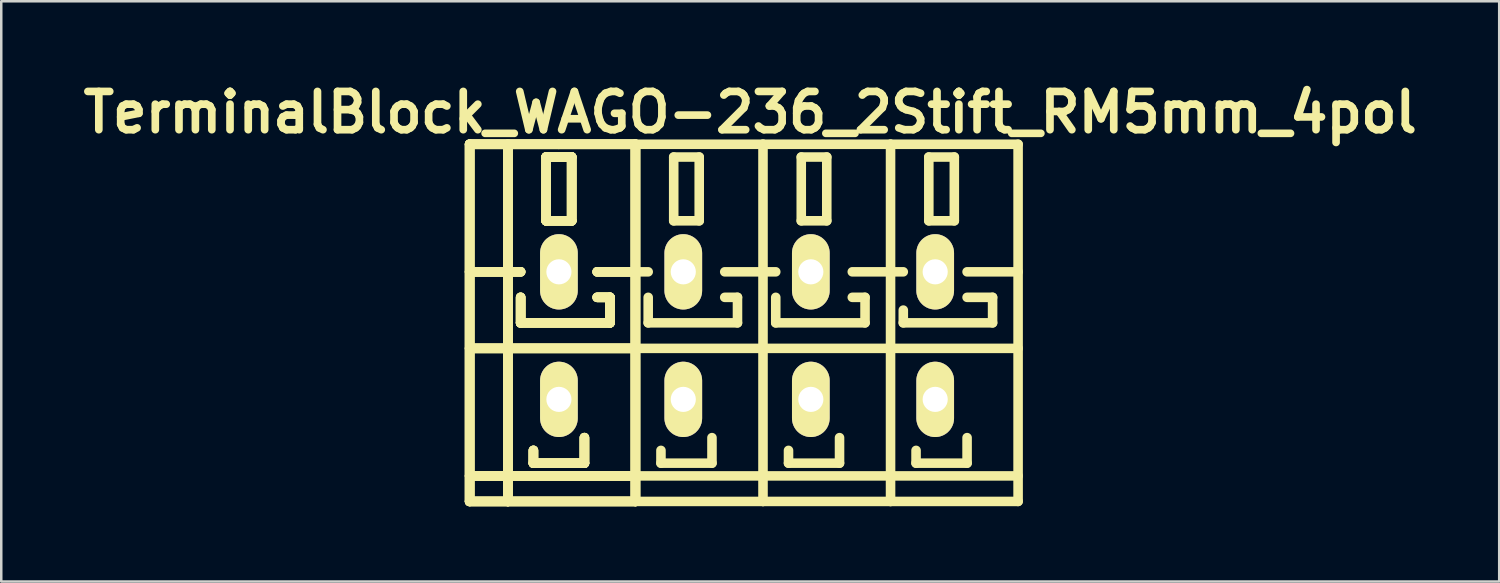
<source format=kicad_pcb>
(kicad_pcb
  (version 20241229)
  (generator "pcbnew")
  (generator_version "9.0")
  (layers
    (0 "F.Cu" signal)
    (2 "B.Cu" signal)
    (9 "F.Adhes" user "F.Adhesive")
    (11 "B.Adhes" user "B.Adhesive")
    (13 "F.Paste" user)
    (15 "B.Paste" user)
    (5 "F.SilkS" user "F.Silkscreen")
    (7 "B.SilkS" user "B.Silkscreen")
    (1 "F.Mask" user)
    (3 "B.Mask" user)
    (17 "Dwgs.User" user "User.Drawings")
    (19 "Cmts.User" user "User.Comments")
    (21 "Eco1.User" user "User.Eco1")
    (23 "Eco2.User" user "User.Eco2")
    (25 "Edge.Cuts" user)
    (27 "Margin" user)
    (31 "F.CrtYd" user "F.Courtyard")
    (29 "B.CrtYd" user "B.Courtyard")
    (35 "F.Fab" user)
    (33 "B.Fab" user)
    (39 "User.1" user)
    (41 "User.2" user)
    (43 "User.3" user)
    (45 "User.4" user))
  (footprint "TerminalBlock_WAGO-236_2Stift_RM5mm_4pol"
    (layer "F.Cu")
    (at 26.83 10.316)
    (property "Reference" "TerminalBlock_WAGO-236_2Stift_RM5mm_4pol" (at 0 -8.89 0) (layer "F.SilkS") (effects (font (size 1.524 1.524) (thickness 0.305))))
    (attr through_hole)
    (fp_line (start -11.176 -7.62) (end -9.652 -7.62) (stroke (width 0.381) (type solid)) (layer "F.SilkS"))
    (fp_line (start -11.176 -7.62) (end -9.652 -7.62) (stroke (width 0.381) (type solid)) (layer "F.SilkS"))
    (fp_line (start -11.176 -7.62) (end -9.652 -7.62) (stroke (width 0.381) (type solid)) (layer "F.SilkS"))
    (fp_line (start -11.176 -7.62) (end -9.652 -7.62) (stroke (width 0.381) (type solid)) (layer "F.SilkS"))
    (fp_line (start -11.176 -2.54) (end -9.144 -2.54) (stroke (width 0.381) (type solid)) (layer "F.SilkS"))
    (fp_line (start -11.176 -2.54) (end -9.144 -2.54) (stroke (width 0.381) (type solid)) (layer "F.SilkS"))
    (fp_line (start -11.176 -2.54) (end -9.144 -2.54) (stroke (width 0.381) (type solid)) (layer "F.SilkS"))
    (fp_line (start -11.176 -2.54) (end -9.144 -2.54) (stroke (width 0.381) (type solid)) (layer "F.SilkS"))
    (fp_line (start -11.176 0.508) (end -4.572 0.508) (stroke (width 0.381) (type solid)) (layer "F.SilkS"))
    (fp_line (start -11.176 0.508) (end -4.572 0.508) (stroke (width 0.381) (type solid)) (layer "F.SilkS"))
    (fp_line (start -11.176 0.508) (end -4.572 0.508) (stroke (width 0.381) (type solid)) (layer "F.SilkS"))
    (fp_line (start -11.176 0.508) (end -4.572 0.508) (stroke (width 0.381) (type solid)) (layer "F.SilkS"))
    (fp_line (start -11.176 5.588) (end -4.572 5.588) (stroke (width 0.381) (type solid)) (layer "F.SilkS"))
    (fp_line (start -11.176 5.588) (end -4.572 5.588) (stroke (width 0.381) (type solid)) (layer "F.SilkS"))
    (fp_line (start -11.176 5.588) (end -4.572 5.588) (stroke (width 0.381) (type solid)) (layer "F.SilkS"))
    (fp_line (start -11.176 5.588) (end -4.572 5.588) (stroke (width 0.381) (type solid)) (layer "F.SilkS"))
    (fp_line (start -11.176 6.604) (end -11.176 -7.62) (stroke (width 0.381) (type solid)) (layer "F.SilkS"))
    (fp_line (start -11.176 6.604) (end -11.176 -7.62) (stroke (width 0.381) (type solid)) (layer "F.SilkS"))
    (fp_line (start -11.176 6.604) (end -11.176 -7.62) (stroke (width 0.381) (type solid)) (layer "F.SilkS"))
    (fp_line (start -11.176 6.604) (end -11.176 -7.62) (stroke (width 0.381) (type solid)) (layer "F.SilkS"))
    (fp_line (start -9.652 -7.62) (end -7.62 -7.62) (stroke (width 0.381) (type solid)) (layer "F.SilkS"))
    (fp_line (start -9.652 -7.62) (end -7.62 -7.62) (stroke (width 0.381) (type solid)) (layer "F.SilkS"))
    (fp_line (start -9.652 -7.62) (end -7.62 -7.62) (stroke (width 0.381) (type solid)) (layer "F.SilkS"))
    (fp_line (start -9.652 -7.62) (end -7.62 -7.62) (stroke (width 0.381) (type solid)) (layer "F.SilkS"))
    (fp_line (start -9.652 6.604) (end -11.176 6.604) (stroke (width 0.381) (type solid)) (layer "F.SilkS"))
    (fp_line (start -9.652 6.604) (end -11.176 6.604) (stroke (width 0.381) (type solid)) (layer "F.SilkS"))
    (fp_line (start -9.652 6.604) (end -11.176 6.604) (stroke (width 0.381) (type solid)) (layer "F.SilkS"))
    (fp_line (start -9.652 6.604) (end -11.176 6.604) (stroke (width 0.381) (type solid)) (layer "F.SilkS"))
    (fp_line (start -9.652 6.604) (end -9.652 -7.62) (stroke (width 0.381) (type solid)) (layer "F.SilkS"))
    (fp_line (start -9.652 6.604) (end -9.652 -7.62) (stroke (width 0.381) (type solid)) (layer "F.SilkS"))
    (fp_line (start -9.652 6.604) (end -9.652 -7.62) (stroke (width 0.381) (type solid)) (layer "F.SilkS"))
    (fp_line (start -9.652 6.604) (end -9.652 -7.62) (stroke (width 0.381) (type solid)) (layer "F.SilkS"))
    (fp_line (start -9.144 -1.524) (end -9.144 -0.508) (stroke (width 0.381) (type solid)) (layer "F.SilkS"))
    (fp_line (start -9.144 -1.524) (end -9.144 -0.508) (stroke (width 0.381) (type solid)) (layer "F.SilkS"))
    (fp_line (start -9.144 -1.524) (end -9.144 -0.508) (stroke (width 0.381) (type solid)) (layer "F.SilkS"))
    (fp_line (start -9.144 -1.524) (end -9.144 -0.508) (stroke (width 0.381) (type solid)) (layer "F.SilkS"))
    (fp_line (start -9.144 -0.508) (end -5.588 -0.508) (stroke (width 0.381) (type solid)) (layer "F.SilkS"))
    (fp_line (start -9.144 -0.508) (end -5.588 -0.508) (stroke (width 0.381) (type solid)) (layer "F.SilkS"))
    (fp_line (start -9.144 -0.508) (end -5.588 -0.508) (stroke (width 0.381) (type solid)) (layer "F.SilkS"))
    (fp_line (start -9.144 -0.508) (end -5.588 -0.508) (stroke (width 0.381) (type solid)) (layer "F.SilkS"))
    (fp_line (start -8.636 4.572) (end -8.636 5.08) (stroke (width 0.381) (type solid)) (layer "F.SilkS"))
    (fp_line (start -8.636 4.572) (end -8.636 5.08) (stroke (width 0.381) (type solid)) (layer "F.SilkS"))
    (fp_line (start -8.636 4.572) (end -8.636 5.08) (stroke (width 0.381) (type solid)) (layer "F.SilkS"))
    (fp_line (start -8.636 4.572) (end -8.636 5.08) (stroke (width 0.381) (type solid)) (layer "F.SilkS"))
    (fp_line (start -8.636 5.08) (end -6.604 5.08) (stroke (width 0.381) (type solid)) (layer "F.SilkS"))
    (fp_line (start -8.636 5.08) (end -6.604 5.08) (stroke (width 0.381) (type solid)) (layer "F.SilkS"))
    (fp_line (start -8.636 5.08) (end -6.604 5.08) (stroke (width 0.381) (type solid)) (layer "F.SilkS"))
    (fp_line (start -8.636 5.08) (end -6.604 5.08) (stroke (width 0.381) (type solid)) (layer "F.SilkS"))
    (fp_line (start -8.128 -7.112) (end -7.112 -7.112) (stroke (width 0.381) (type solid)) (layer "F.SilkS"))
    (fp_line (start -8.128 -7.112) (end -7.112 -7.112) (stroke (width 0.381) (type solid)) (layer "F.SilkS"))
    (fp_line (start -8.128 -7.112) (end -7.112 -7.112) (stroke (width 0.381) (type solid)) (layer "F.SilkS"))
    (fp_line (start -8.128 -7.112) (end -7.112 -7.112) (stroke (width 0.381) (type solid)) (layer "F.SilkS"))
    (fp_line (start -8.128 -4.572) (end -8.128 -7.112) (stroke (width 0.381) (type solid)) (layer "F.SilkS"))
    (fp_line (start -8.128 -4.572) (end -8.128 -7.112) (stroke (width 0.381) (type solid)) (layer "F.SilkS"))
    (fp_line (start -8.128 -4.572) (end -8.128 -7.112) (stroke (width 0.381) (type solid)) (layer "F.SilkS"))
    (fp_line (start -8.128 -4.572) (end -8.128 -7.112) (stroke (width 0.381) (type solid)) (layer "F.SilkS"))
    (fp_line (start -7.62 -7.62) (end -4.572 -7.62) (stroke (width 0.381) (type solid)) (layer "F.SilkS"))
    (fp_line (start -7.62 -7.62) (end -4.572 -7.62) (stroke (width 0.381) (type solid)) (layer "F.SilkS"))
    (fp_line (start -7.62 -7.62) (end -4.572 -7.62) (stroke (width 0.381) (type solid)) (layer "F.SilkS"))
    (fp_line (start -7.62 -7.62) (end -4.572 -7.62) (stroke (width 0.381) (type solid)) (layer "F.SilkS"))
    (fp_line (start -7.112 -7.112) (end -7.112 -4.572) (stroke (width 0.381) (type solid)) (layer "F.SilkS"))
    (fp_line (start -7.112 -7.112) (end -7.112 -4.572) (stroke (width 0.381) (type solid)) (layer "F.SilkS"))
    (fp_line (start -7.112 -7.112) (end -7.112 -4.572) (stroke (width 0.381) (type solid)) (layer "F.SilkS"))
    (fp_line (start -7.112 -7.112) (end -7.112 -4.572) (stroke (width 0.381) (type solid)) (layer "F.SilkS"))
    (fp_line (start -7.112 -4.572) (end -8.128 -4.572) (stroke (width 0.381) (type solid)) (layer "F.SilkS"))
    (fp_line (start -7.112 -4.572) (end -8.128 -4.572) (stroke (width 0.381) (type solid)) (layer "F.SilkS"))
    (fp_line (start -7.112 -4.572) (end -8.128 -4.572) (stroke (width 0.381) (type solid)) (layer "F.SilkS"))
    (fp_line (start -7.112 -4.572) (end -8.128 -4.572) (stroke (width 0.381) (type solid)) (layer "F.SilkS"))
    (fp_line (start -6.604 5.08) (end -6.604 4.064) (stroke (width 0.381) (type solid)) (layer "F.SilkS"))
    (fp_line (start -6.604 5.08) (end -6.604 4.064) (stroke (width 0.381) (type solid)) (layer "F.SilkS"))
    (fp_line (start -6.604 5.08) (end -6.604 4.064) (stroke (width 0.381) (type solid)) (layer "F.SilkS"))
    (fp_line (start -6.604 5.08) (end -6.604 4.064) (stroke (width 0.381) (type solid)) (layer "F.SilkS"))
    (fp_line (start -6.096 -2.54) (end -4.572 -2.54) (stroke (width 0.381) (type solid)) (layer "F.SilkS"))
    (fp_line (start -6.096 -2.54) (end -4.572 -2.54) (stroke (width 0.381) (type solid)) (layer "F.SilkS"))
    (fp_line (start -6.096 -2.54) (end -4.572 -2.54) (stroke (width 0.381) (type solid)) (layer "F.SilkS"))
    (fp_line (start -6.096 -2.54) (end -4.572 -2.54) (stroke (width 0.381) (type solid)) (layer "F.SilkS"))
    (fp_line (start -5.588 -1.524) (end -6.096 -1.524) (stroke (width 0.381) (type solid)) (layer "F.SilkS"))
    (fp_line (start -5.588 -1.524) (end -6.096 -1.524) (stroke (width 0.381) (type solid)) (layer "F.SilkS"))
    (fp_line (start -5.588 -1.524) (end -6.096 -1.524) (stroke (width 0.381) (type solid)) (layer "F.SilkS"))
    (fp_line (start -5.588 -1.524) (end -6.096 -1.524) (stroke (width 0.381) (type solid)) (layer "F.SilkS"))
    (fp_line (start -5.588 -0.508) (end -5.588 -1.524) (stroke (width 0.381) (type solid)) (layer "F.SilkS"))
    (fp_line (start -5.588 -0.508) (end -5.588 -1.524) (stroke (width 0.381) (type solid)) (layer "F.SilkS"))
    (fp_line (start -5.588 -0.508) (end -5.588 -1.524) (stroke (width 0.381) (type solid)) (layer "F.SilkS"))
    (fp_line (start -5.588 -0.508) (end -5.588 -1.524) (stroke (width 0.381) (type solid)) (layer "F.SilkS"))
    (fp_line (start -4.572 -7.62) (end -4.572 6.604) (stroke (width 0.381) (type solid)) (layer "F.SilkS"))
    (fp_line (start -4.572 -7.62) (end -4.572 6.604) (stroke (width 0.381) (type solid)) (layer "F.SilkS"))
    (fp_line (start -4.572 -7.62) (end -4.572 6.604) (stroke (width 0.381) (type solid)) (layer "F.SilkS"))
    (fp_line (start -4.572 -7.62) (end -4.572 6.604) (stroke (width 0.381) (type solid)) (layer "F.SilkS"))
    (fp_line (start -4.572 -2.54) (end -4.064 -2.54) (stroke (width 0.381) (type solid)) (layer "F.SilkS"))
    (fp_line (start -4.572 0.508) (end 0.508 0.508) (stroke (width 0.381) (type solid)) (layer "F.SilkS"))
    (fp_line (start -4.572 5.588) (end 0.508 5.588) (stroke (width 0.381) (type solid)) (layer "F.SilkS"))
    (fp_line (start -4.572 6.604) (end -9.652 6.604) (stroke (width 0.381) (type solid)) (layer "F.SilkS"))
    (fp_line (start -4.572 6.604) (end -9.652 6.604) (stroke (width 0.381) (type solid)) (layer "F.SilkS"))
    (fp_line (start -4.572 6.604) (end -9.652 6.604) (stroke (width 0.381) (type solid)) (layer "F.SilkS"))
    (fp_line (start -4.572 6.604) (end -9.652 6.604) (stroke (width 0.381) (type solid)) (layer "F.SilkS"))
    (fp_line (start -4.572 6.604) (end 0.508 6.604) (stroke (width 0.381) (type solid)) (layer "F.SilkS"))
    (fp_line (start -4.064 -1.524) (end -4.064 -0.508) (stroke (width 0.381) (type solid)) (layer "F.SilkS"))
    (fp_line (start -4.064 -0.508) (end -0.508 -0.508) (stroke (width 0.381) (type solid)) (layer "F.SilkS"))
    (fp_line (start -3.556 4.572) (end -3.556 5.08) (stroke (width 0.381) (type solid)) (layer "F.SilkS"))
    (fp_line (start -3.556 5.08) (end -1.524 5.08) (stroke (width 0.381) (type solid)) (layer "F.SilkS"))
    (fp_line (start -3.048 -7.112) (end -3.048 -4.572) (stroke (width 0.381) (type solid)) (layer "F.SilkS"))
    (fp_line (start -3.048 -4.572) (end -2.032 -4.572) (stroke (width 0.381) (type solid)) (layer "F.SilkS"))
    (fp_line (start -2.032 -7.112) (end -3.048 -7.112) (stroke (width 0.381) (type solid)) (layer "F.SilkS"))
    (fp_line (start -2.032 -4.572) (end -2.032 -7.112) (stroke (width 0.381) (type solid)) (layer "F.SilkS"))
    (fp_line (start -1.524 5.08) (end -1.524 4.064) (stroke (width 0.381) (type solid)) (layer "F.SilkS"))
    (fp_line (start -1.016 -2.54) (end 0.508 -2.54) (stroke (width 0.381) (type solid)) (layer "F.SilkS"))
    (fp_line (start -0.508 -1.524) (end -1.016 -1.524) (stroke (width 0.381) (type solid)) (layer "F.SilkS"))
    (fp_line (start -0.508 -0.508) (end -0.508 -1.524) (stroke (width 0.381) (type solid)) (layer "F.SilkS"))
    (fp_line (start 0.508 -7.62) (end -4.572 -7.62) (stroke (width 0.381) (type solid)) (layer "F.SilkS"))
    (fp_line (start 0.508 -2.54) (end 1.016 -2.54) (stroke (width 0.381) (type solid)) (layer "F.SilkS"))
    (fp_line (start 0.508 0.508) (end 5.588 0.508) (stroke (width 0.381) (type solid)) (layer "F.SilkS"))
    (fp_line (start 0.508 5.588) (end 5.588 5.588) (stroke (width 0.381) (type solid)) (layer "F.SilkS"))
    (fp_line (start 0.508 6.604) (end 0.508 -7.62) (stroke (width 0.381) (type solid)) (layer "F.SilkS"))
    (fp_line (start 0.508 6.604) (end 5.588 6.604) (stroke (width 0.381) (type solid)) (layer "F.SilkS"))
    (fp_line (start 1.016 -1.524) (end 1.016 -0.508) (stroke (width 0.381) (type solid)) (layer "F.SilkS"))
    (fp_line (start 1.016 -0.508) (end 4.572 -0.508) (stroke (width 0.381) (type solid)) (layer "F.SilkS"))
    (fp_line (start 1.524 4.572) (end 1.524 5.08) (stroke (width 0.381) (type solid)) (layer "F.SilkS"))
    (fp_line (start 1.524 5.08) (end 3.556 5.08) (stroke (width 0.381) (type solid)) (layer "F.SilkS"))
    (fp_line (start 2.032 -7.112) (end 2.032 -4.572) (stroke (width 0.381) (type solid)) (layer "F.SilkS"))
    (fp_line (start 2.032 -4.572) (end 3.048 -4.572) (stroke (width 0.381) (type solid)) (layer "F.SilkS"))
    (fp_line (start 3.048 -7.112) (end 2.032 -7.112) (stroke (width 0.381) (type solid)) (layer "F.SilkS"))
    (fp_line (start 3.048 -4.572) (end 3.048 -7.112) (stroke (width 0.381) (type solid)) (layer "F.SilkS"))
    (fp_line (start 3.556 5.08) (end 3.556 4.064) (stroke (width 0.381) (type solid)) (layer "F.SilkS"))
    (fp_line (start 4.064 -2.54) (end 5.588 -2.54) (stroke (width 0.381) (type solid)) (layer "F.SilkS"))
    (fp_line (start 4.572 -1.524) (end 4.064 -1.524) (stroke (width 0.381) (type solid)) (layer "F.SilkS"))
    (fp_line (start 4.572 -0.508) (end 4.572 -1.524) (stroke (width 0.381) (type solid)) (layer "F.SilkS"))
    (fp_line (start 5.588 -7.62) (end 0.508 -7.62) (stroke (width 0.381) (type solid)) (layer "F.SilkS"))
    (fp_line (start 5.588 -2.54) (end 6.096 -2.54) (stroke (width 0.381) (type solid)) (layer "F.SilkS"))
    (fp_line (start 5.588 0.508) (end 10.668 0.508) (stroke (width 0.381) (type solid)) (layer "F.SilkS"))
    (fp_line (start 5.588 5.588) (end 10.668 5.588) (stroke (width 0.381) (type solid)) (layer "F.SilkS"))
    (fp_line (start 5.588 6.604) (end 5.588 -7.62) (stroke (width 0.381) (type solid)) (layer "F.SilkS"))
    (fp_line (start 5.588 6.604) (end 10.668 6.604) (stroke (width 0.381) (type solid)) (layer "F.SilkS"))
    (fp_line (start 6.096 -1.016) (end 6.096 -0.508) (stroke (width 0.381) (type solid)) (layer "F.SilkS"))
    (fp_line (start 6.096 -0.508) (end 9.652 -0.508) (stroke (width 0.381) (type solid)) (layer "F.SilkS"))
    (fp_line (start 6.604 4.572) (end 6.604 5.08) (stroke (width 0.381) (type solid)) (layer "F.SilkS"))
    (fp_line (start 6.604 5.08) (end 8.636 5.08) (stroke (width 0.381) (type solid)) (layer "F.SilkS"))
    (fp_line (start 7.112 -7.112) (end 7.112 -4.572) (stroke (width 0.381) (type solid)) (layer "F.SilkS"))
    (fp_line (start 7.112 -4.572) (end 8.128 -4.572) (stroke (width 0.381) (type solid)) (layer "F.SilkS"))
    (fp_line (start 8.128 -7.112) (end 7.112 -7.112) (stroke (width 0.381) (type solid)) (layer "F.SilkS"))
    (fp_line (start 8.128 -4.572) (end 8.128 -7.112) (stroke (width 0.381) (type solid)) (layer "F.SilkS"))
    (fp_line (start 8.636 -2.54) (end 10.668 -2.54) (stroke (width 0.381) (type solid)) (layer "F.SilkS"))
    (fp_line (start 8.636 5.08) (end 8.636 4.064) (stroke (width 0.381) (type solid)) (layer "F.SilkS"))
    (fp_line (start 9.652 -1.524) (end 8.636 -1.524) (stroke (width 0.381) (type solid)) (layer "F.SilkS"))
    (fp_line (start 9.652 -0.508) (end 9.652 -1.524) (stroke (width 0.381) (type solid)) (layer "F.SilkS"))
    (fp_line (start 10.668 -7.62) (end 5.588 -7.62) (stroke (width 0.381) (type solid)) (layer "F.SilkS"))
    (fp_line (start 10.668 6.604) (end 10.668 -7.62) (stroke (width 0.381) (type solid)) (layer "F.SilkS"))
    (pad "1" thru_hole oval (at -7.62 -2.54 90) (size 3 1.501) (drill 1.001) (layers "*.Cu" "*.Mask" "F.SilkS"))
    (pad "1" thru_hole oval (at -7.62 2.54 90) (size 3 1.501) (drill 1.001) (layers "*.Cu" "*.Mask" "F.SilkS"))
    (pad "2" thru_hole oval (at -2.667 -2.54 90) (size 3 1.501) (drill 1.001) (layers "*.Cu" "*.Mask" "F.SilkS"))
    (pad "2" thru_hole oval (at -2.667 2.54 90) (size 3 1.501) (drill 1.001) (layers "*.Cu" "*.Mask" "F.SilkS"))
    (pad "3" thru_hole oval (at 2.413 -2.54 90) (size 3 1.501) (drill 1.001) (layers "*.Cu" "*.Mask" "F.SilkS"))
    (pad "3" thru_hole oval (at 2.413 2.54 90) (size 3 1.501) (drill 1.001) (layers "*.Cu" "*.Mask" "F.SilkS"))
    (pad "4" thru_hole oval (at 7.366 -2.54 90) (size 3 1.501) (drill 1.001) (layers "*.Cu" "*.Mask" "F.SilkS"))
    (pad "4" thru_hole oval (at 7.366 2.54 90) (size 3 1.501) (drill 1.001) (layers "*.Cu" "*.Mask" "F.SilkS")))
  (gr_rect
    (start -3 -3)
    (end 56.659 20.111)
    (stroke (width 0.1) (type default))
    (fill no)
    (layer "Edge.Cuts")))
</source>
